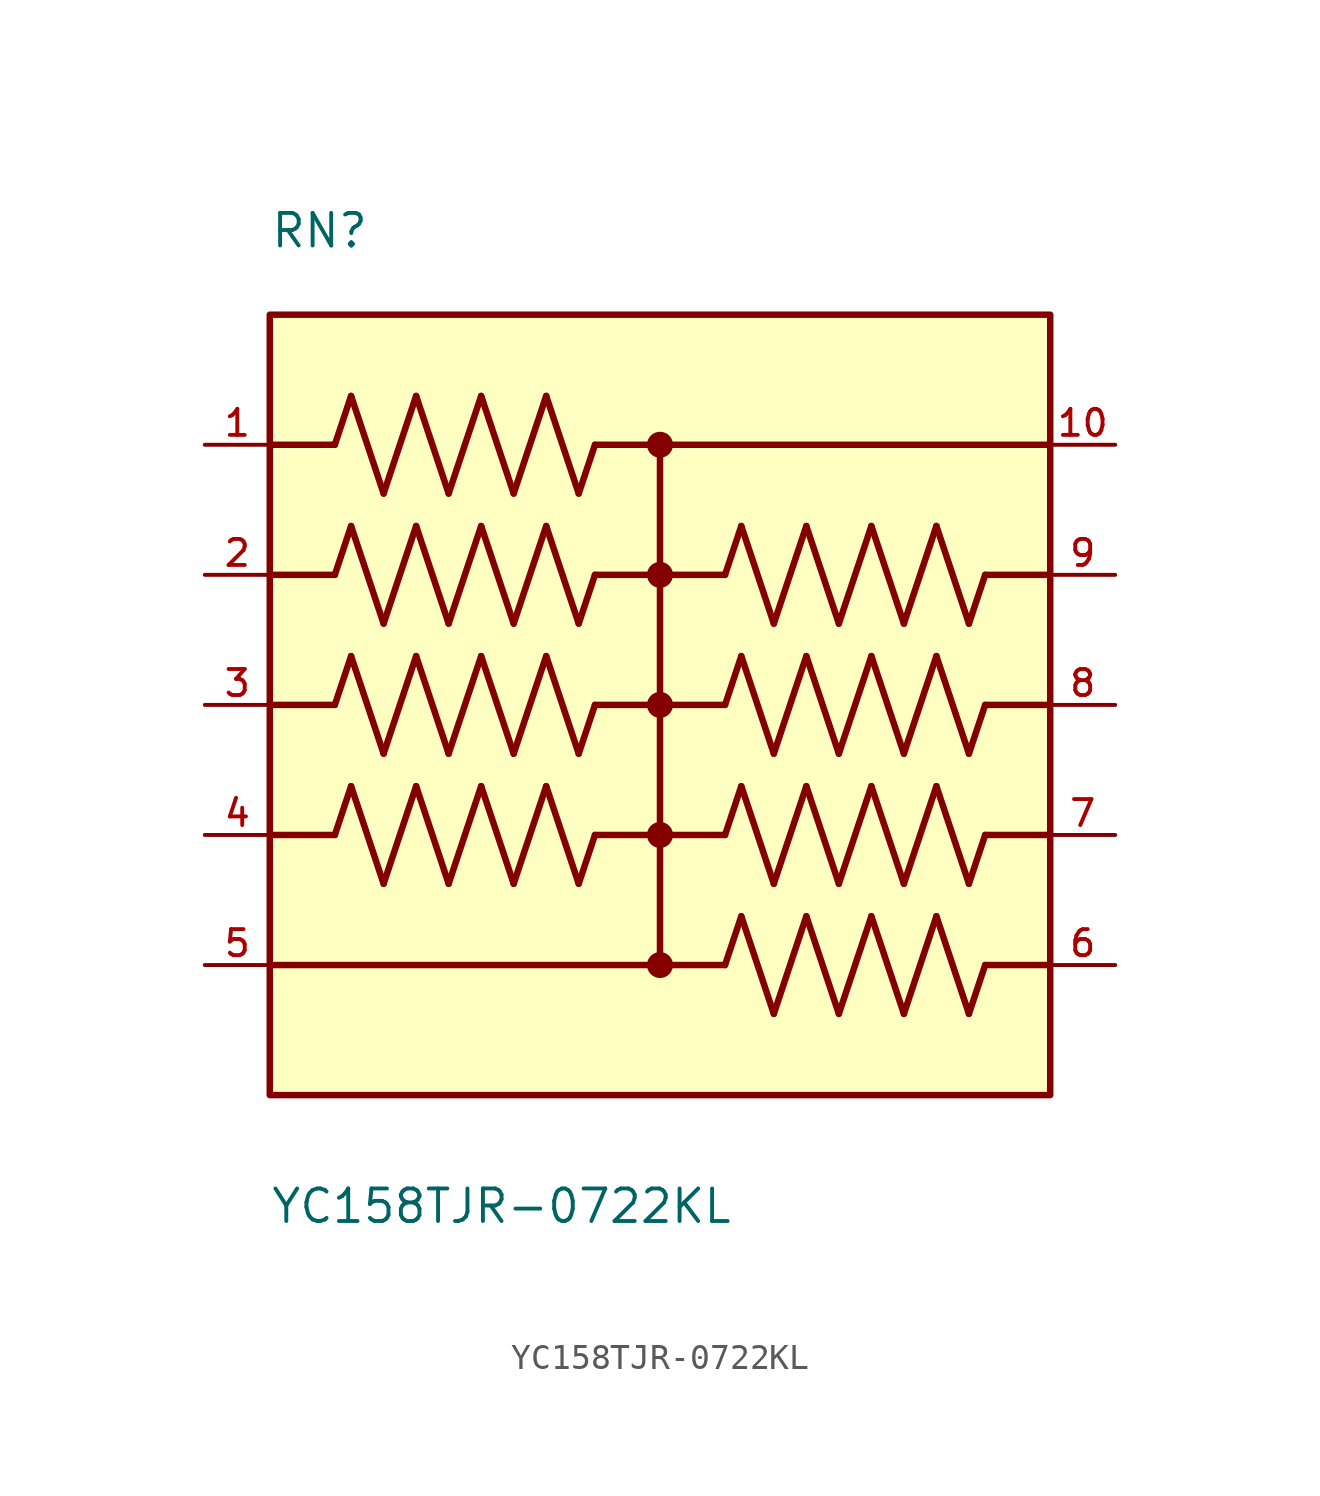
<source format=kicad_sym>
(kicad_symbol_lib
  (version 20211014)
  (generator kicad_symbol_editor)
  (symbol "YC158TJR-0722KL"
    (pin_names
      (offset 1.016) hide)
    (property "Reference" "RN"
      (at -15.24 17.78 0)
      (effects (font (size 1.27 1.27)) (justify left bottom)))
    (property "Value" "YC158TJR-0722KL"
      (at -15.24 -20.32 0)
      (effects (font (size 1.27 1.27)) (justify left bottom)))
    (property "ki_locked" ""
      (at 0 0 0)
      (effects (font (size 1.27 1.27))))
    (symbol "YC158TJR-0722KL_0_0"
      (rectangle (start -15.24 -15.24) (end 15.24 15.24) (stroke (width 0.254) (type default) (color 0 0 0 0)) (fill (type background)))
      (circle (center 0 -10.16) (radius 0.254) (stroke (width 0.508) (type default) (color 0 0 0 0)) (fill (type none)))
      (circle (center 0 -5.08) (radius 0.254) (stroke (width 0.508) (type default) (color 0 0 0 0)) (fill (type none)))
      (polyline (pts (xy -12.7 -5.08) (xy -15.24 -5.08)) (stroke (width 0.254) (type default) (color 0 0 0 0)) (fill (type none)))
      (polyline (pts (xy -12.7 -5.08) (xy -12.065 -3.175)) (stroke (width 0.254) (type default) (color 0 0 0 0)) (fill (type none)))
      (polyline (pts (xy -12.7 0) (xy -15.24 0)) (stroke (width 0.254) (type default) (color 0 0 0 0)) (fill (type none)))
      (polyline (pts (xy -12.7 0) (xy -12.065 1.905)) (stroke (width 0.254) (type default) (color 0 0 0 0)) (fill (type none)))
      (polyline (pts (xy -12.7 5.08) (xy -15.24 5.08)) (stroke (width 0.254) (type default) (color 0 0 0 0)) (fill (type none)))
      (polyline (pts (xy -12.7 5.08) (xy -12.065 6.985)) (stroke (width 0.254) (type default) (color 0 0 0 0)) (fill (type none)))
      (polyline (pts (xy -12.7 10.16) (xy -15.24 10.16)) (stroke (width 0.254) (type default) (color 0 0 0 0)) (fill (type none)))
      (polyline (pts (xy -12.7 10.16) (xy -12.065 12.065)) (stroke (width 0.254) (type default) (color 0 0 0 0)) (fill (type none)))
      (polyline (pts (xy -12.065 -3.175) (xy -10.795 -6.985)) (stroke (width 0.254) (type default) (color 0 0 0 0)) (fill (type none)))
      (polyline (pts (xy -12.065 1.905) (xy -10.795 -1.905)) (stroke (width 0.254) (type default) (color 0 0 0 0)) (fill (type none)))
      (polyline (pts (xy -12.065 6.985) (xy -10.795 3.175)) (stroke (width 0.254) (type default) (color 0 0 0 0)) (fill (type none)))
      (polyline (pts (xy -12.065 12.065) (xy -10.795 8.255)) (stroke (width 0.254) (type default) (color 0 0 0 0)) (fill (type none)))
      (polyline (pts (xy -10.795 -6.985) (xy -9.525 -3.175)) (stroke (width 0.254) (type default) (color 0 0 0 0)) (fill (type none)))
      (polyline (pts (xy -10.795 -1.905) (xy -9.525 1.905)) (stroke (width 0.254) (type default) (color 0 0 0 0)) (fill (type none)))
      (polyline (pts (xy -10.795 3.175) (xy -9.525 6.985)) (stroke (width 0.254) (type default) (color 0 0 0 0)) (fill (type none)))
      (polyline (pts (xy -10.795 8.255) (xy -9.525 12.065)) (stroke (width 0.254) (type default) (color 0 0 0 0)) (fill (type none)))
      (polyline (pts (xy -9.525 -3.175) (xy -8.255 -6.985)) (stroke (width 0.254) (type default) (color 0 0 0 0)) (fill (type none)))
      (polyline (pts (xy -9.525 1.905) (xy -8.255 -1.905)) (stroke (width 0.254) (type default) (color 0 0 0 0)) (fill (type none)))
      (polyline (pts (xy -9.525 6.985) (xy -8.255 3.175)) (stroke (width 0.254) (type default) (color 0 0 0 0)) (fill (type none)))
      (polyline (pts (xy -9.525 12.065) (xy -8.255 8.255)) (stroke (width 0.254) (type default) (color 0 0 0 0)) (fill (type none)))
      (polyline (pts (xy -8.255 -6.985) (xy -6.985 -3.175)) (stroke (width 0.254) (type default) (color 0 0 0 0)) (fill (type none)))
      (polyline (pts (xy -8.255 -1.905) (xy -6.985 1.905)) (stroke (width 0.254) (type default) (color 0 0 0 0)) (fill (type none)))
      (polyline (pts (xy -8.255 3.175) (xy -6.985 6.985)) (stroke (width 0.254) (type default) (color 0 0 0 0)) (fill (type none)))
      (polyline (pts (xy -8.255 8.255) (xy -6.985 12.065)) (stroke (width 0.254) (type default) (color 0 0 0 0)) (fill (type none)))
      (polyline (pts (xy -6.985 -3.175) (xy -5.715 -6.985)) (stroke (width 0.254) (type default) (color 0 0 0 0)) (fill (type none)))
      (polyline (pts (xy -6.985 1.905) (xy -5.715 -1.905)) (stroke (width 0.254) (type default) (color 0 0 0 0)) (fill (type none)))
      (polyline (pts (xy -6.985 6.985) (xy -5.715 3.175)) (stroke (width 0.254) (type default) (color 0 0 0 0)) (fill (type none)))
      (polyline (pts (xy -6.985 12.065) (xy -5.715 8.255)) (stroke (width 0.254) (type default) (color 0 0 0 0)) (fill (type none)))
      (polyline (pts (xy -5.715 -6.985) (xy -4.445 -3.175)) (stroke (width 0.254) (type default) (color 0 0 0 0)) (fill (type none)))
      (polyline (pts (xy -5.715 -1.905) (xy -4.445 1.905)) (stroke (width 0.254) (type default) (color 0 0 0 0)) (fill (type none)))
      (polyline (pts (xy -5.715 3.175) (xy -4.445 6.985)) (stroke (width 0.254) (type default) (color 0 0 0 0)) (fill (type none)))
      (polyline (pts (xy -5.715 8.255) (xy -4.445 12.065)) (stroke (width 0.254) (type default) (color 0 0 0 0)) (fill (type none)))
      (polyline (pts (xy -4.445 -3.175) (xy -3.175 -6.985)) (stroke (width 0.254) (type default) (color 0 0 0 0)) (fill (type none)))
      (polyline (pts (xy -4.445 1.905) (xy -3.175 -1.905)) (stroke (width 0.254) (type default) (color 0 0 0 0)) (fill (type none)))
      (polyline (pts (xy -4.445 6.985) (xy -3.175 3.175)) (stroke (width 0.254) (type default) (color 0 0 0 0)) (fill (type none)))
      (polyline (pts (xy -4.445 12.065) (xy -3.175 8.255)) (stroke (width 0.254) (type default) (color 0 0 0 0)) (fill (type none)))
      (polyline (pts (xy -3.175 -6.985) (xy -2.54 -5.08)) (stroke (width 0.254) (type default) (color 0 0 0 0)) (fill (type none)))
      (polyline (pts (xy -3.175 -1.905) (xy -2.54 0)) (stroke (width 0.254) (type default) (color 0 0 0 0)) (fill (type none)))
      (polyline (pts (xy -3.175 3.175) (xy -2.54 5.08)) (stroke (width 0.254) (type default) (color 0 0 0 0)) (fill (type none)))
      (polyline (pts (xy -3.175 8.255) (xy -2.54 10.16)) (stroke (width 0.254) (type default) (color 0 0 0 0)) (fill (type none)))
      (polyline (pts (xy -2.54 5.08) (xy 2.54 5.08)) (stroke (width 0.254) (type default) (color 0 0 0 0)) (fill (type none)))
      (polyline (pts (xy -2.54 10.16) (xy 0 10.16)) (stroke (width 0.254) (type default) (color 0 0 0 0)) (fill (type none)))
      (polyline (pts (xy 0 -10.16) (xy -15.24 -10.16)) (stroke (width 0.254) (type default) (color 0 0 0 0)) (fill (type none)))
      (polyline (pts (xy 0 10.16) (xy 0 -10.16)) (stroke (width 0.254) (type default) (color 0 0 0 0)) (fill (type none)))
      (polyline (pts (xy 0 10.16) (xy 15.24 10.16)) (stroke (width 0.254) (type default) (color 0 0 0 0)) (fill (type none)))
      (polyline (pts (xy 2.54 -10.16) (xy 0 -10.16)) (stroke (width 0.254) (type default) (color 0 0 0 0)) (fill (type none)))
      (polyline (pts (xy 2.54 -10.16) (xy 3.175 -8.255)) (stroke (width 0.254) (type default) (color 0 0 0 0)) (fill (type none)))
      (polyline (pts (xy 2.54 -5.08) (xy -2.54 -5.08)) (stroke (width 0.254) (type default) (color 0 0 0 0)) (fill (type none)))
      (polyline (pts (xy 2.54 -5.08) (xy 3.175 -3.175)) (stroke (width 0.254) (type default) (color 0 0 0 0)) (fill (type none)))
      (polyline (pts (xy 2.54 0) (xy -2.54 0)) (stroke (width 0.254) (type default) (color 0 0 0 0)) (fill (type none)))
      (polyline (pts (xy 2.54 0) (xy 3.175 1.905)) (stroke (width 0.254) (type default) (color 0 0 0 0)) (fill (type none)))
      (polyline (pts (xy 2.54 5.08) (xy 3.175 6.985)) (stroke (width 0.254) (type default) (color 0 0 0 0)) (fill (type none)))
      (polyline (pts (xy 3.175 -8.255) (xy 4.445 -12.065)) (stroke (width 0.254) (type default) (color 0 0 0 0)) (fill (type none)))
      (polyline (pts (xy 3.175 -3.175) (xy 4.445 -6.985)) (stroke (width 0.254) (type default) (color 0 0 0 0)) (fill (type none)))
      (polyline (pts (xy 3.175 1.905) (xy 4.445 -1.905)) (stroke (width 0.254) (type default) (color 0 0 0 0)) (fill (type none)))
      (polyline (pts (xy 3.175 6.985) (xy 4.445 3.175)) (stroke (width 0.254) (type default) (color 0 0 0 0)) (fill (type none)))
      (polyline (pts (xy 4.445 -12.065) (xy 5.715 -8.255)) (stroke (width 0.254) (type default) (color 0 0 0 0)) (fill (type none)))
      (polyline (pts (xy 4.445 -6.985) (xy 5.715 -3.175)) (stroke (width 0.254) (type default) (color 0 0 0 0)) (fill (type none)))
      (polyline (pts (xy 4.445 -1.905) (xy 5.715 1.905)) (stroke (width 0.254) (type default) (color 0 0 0 0)) (fill (type none)))
      (polyline (pts (xy 4.445 3.175) (xy 5.715 6.985)) (stroke (width 0.254) (type default) (color 0 0 0 0)) (fill (type none)))
      (polyline (pts (xy 5.715 -8.255) (xy 6.985 -12.065)) (stroke (width 0.254) (type default) (color 0 0 0 0)) (fill (type none)))
      (polyline (pts (xy 5.715 -3.175) (xy 6.985 -6.985)) (stroke (width 0.254) (type default) (color 0 0 0 0)) (fill (type none)))
      (polyline (pts (xy 5.715 1.905) (xy 6.985 -1.905)) (stroke (width 0.254) (type default) (color 0 0 0 0)) (fill (type none)))
      (polyline (pts (xy 5.715 6.985) (xy 6.985 3.175)) (stroke (width 0.254) (type default) (color 0 0 0 0)) (fill (type none)))
      (polyline (pts (xy 6.985 -12.065) (xy 8.255 -8.255)) (stroke (width 0.254) (type default) (color 0 0 0 0)) (fill (type none)))
      (polyline (pts (xy 6.985 -6.985) (xy 8.255 -3.175)) (stroke (width 0.254) (type default) (color 0 0 0 0)) (fill (type none)))
      (polyline (pts (xy 6.985 -1.905) (xy 8.255 1.905)) (stroke (width 0.254) (type default) (color 0 0 0 0)) (fill (type none)))
      (polyline (pts (xy 6.985 3.175) (xy 8.255 6.985)) (stroke (width 0.254) (type default) (color 0 0 0 0)) (fill (type none)))
      (polyline (pts (xy 8.255 -8.255) (xy 9.525 -12.065)) (stroke (width 0.254) (type default) (color 0 0 0 0)) (fill (type none)))
      (polyline (pts (xy 8.255 -3.175) (xy 9.525 -6.985)) (stroke (width 0.254) (type default) (color 0 0 0 0)) (fill (type none)))
      (polyline (pts (xy 8.255 1.905) (xy 9.525 -1.905)) (stroke (width 0.254) (type default) (color 0 0 0 0)) (fill (type none)))
      (polyline (pts (xy 8.255 6.985) (xy 9.525 3.175)) (stroke (width 0.254) (type default) (color 0 0 0 0)) (fill (type none)))
      (polyline (pts (xy 9.525 -12.065) (xy 10.795 -8.255)) (stroke (width 0.254) (type default) (color 0 0 0 0)) (fill (type none)))
      (polyline (pts (xy 9.525 -6.985) (xy 10.795 -3.175)) (stroke (width 0.254) (type default) (color 0 0 0 0)) (fill (type none)))
      (polyline (pts (xy 9.525 -1.905) (xy 10.795 1.905)) (stroke (width 0.254) (type default) (color 0 0 0 0)) (fill (type none)))
      (polyline (pts (xy 9.525 3.175) (xy 10.795 6.985)) (stroke (width 0.254) (type default) (color 0 0 0 0)) (fill (type none)))
      (polyline (pts (xy 10.795 -8.255) (xy 12.065 -12.065)) (stroke (width 0.254) (type default) (color 0 0 0 0)) (fill (type none)))
      (polyline (pts (xy 10.795 -3.175) (xy 12.065 -6.985)) (stroke (width 0.254) (type default) (color 0 0 0 0)) (fill (type none)))
      (polyline (pts (xy 10.795 1.905) (xy 12.065 -1.905)) (stroke (width 0.254) (type default) (color 0 0 0 0)) (fill (type none)))
      (polyline (pts (xy 10.795 6.985) (xy 12.065 3.175)) (stroke (width 0.254) (type default) (color 0 0 0 0)) (fill (type none)))
      (polyline (pts (xy 12.065 -12.065) (xy 12.7 -10.16)) (stroke (width 0.254) (type default) (color 0 0 0 0)) (fill (type none)))
      (polyline (pts (xy 12.065 -6.985) (xy 12.7 -5.08)) (stroke (width 0.254) (type default) (color 0 0 0 0)) (fill (type none)))
      (polyline (pts (xy 12.065 -1.905) (xy 12.7 0)) (stroke (width 0.254) (type default) (color 0 0 0 0)) (fill (type none)))
      (polyline (pts (xy 12.065 3.175) (xy 12.7 5.08)) (stroke (width 0.254) (type default) (color 0 0 0 0)) (fill (type none)))
      (polyline (pts (xy 15.24 -10.16) (xy 12.7 -10.16)) (stroke (width 0.254) (type default) (color 0 0 0 0)) (fill (type none)))
      (polyline (pts (xy 15.24 -5.08) (xy 12.7 -5.08)) (stroke (width 0.254) (type default) (color 0 0 0 0)) (fill (type none)))
      (polyline (pts (xy 15.24 0) (xy 12.7 0)) (stroke (width 0.254) (type default) (color 0 0 0 0)) (fill (type none)))
      (polyline (pts (xy 15.24 5.08) (xy 12.7 5.08)) (stroke (width 0.254) (type default) (color 0 0 0 0)) (fill (type none)))
      (circle (center 0 0) (radius 0.254) (stroke (width 0.508) (type default) (color 0 0 0 0)) (fill (type none)))
      (circle (center 0 5.08) (radius 0.254) (stroke (width 0.508) (type default) (color 0 0 0 0)) (fill (type none)))
      (circle (center 0 10.16) (radius 0.254) (stroke (width 0.508) (type default) (color 0 0 0 0)) (fill (type none)))
      (pin passive line (at -17.78 10.16 0) (length 2.54) (name "~" (effects (font (size 1.016 1.016)))) (number "1" (effects (font (size 1.016 1.016)))))
      (pin passive line (at 17.78 10.16 180) (length 2.54) (name "~" (effects (font (size 1.016 1.016)))) (number "10" (effects (font (size 1.016 1.016)))))
      (pin passive line (at -17.78 5.08 0) (length 2.54) (name "~" (effects (font (size 1.016 1.016)))) (number "2" (effects (font (size 1.016 1.016)))))
      (pin passive line (at -17.78 0 0) (length 2.54) (name "~" (effects (font (size 1.016 1.016)))) (number "3" (effects (font (size 1.016 1.016)))))
      (pin passive line (at -17.78 -5.08 0) (length 2.54) (name "~" (effects (font (size 1.016 1.016)))) (number "4" (effects (font (size 1.016 1.016)))))
      (pin passive line (at -17.78 -10.16 0) (length 2.54) (name "~" (effects (font (size 1.016 1.016)))) (number "5" (effects (font (size 1.016 1.016)))))
      (pin passive line (at 17.78 -10.16 180) (length 2.54) (name "~" (effects (font (size 1.016 1.016)))) (number "6" (effects (font (size 1.016 1.016)))))
      (pin passive line (at 17.78 -5.08 180) (length 2.54) (name "~" (effects (font (size 1.016 1.016)))) (number "7" (effects (font (size 1.016 1.016)))))
      (pin passive line (at 17.78 0 180) (length 2.54) (name "~" (effects (font (size 1.016 1.016)))) (number "8" (effects (font (size 1.016 1.016)))))
      (pin passive line (at 17.78 5.08 180) (length 2.54) (name "~" (effects (font (size 1.016 1.016)))) (number "9" (effects (font (size 1.016 1.016))))))))
</source>
